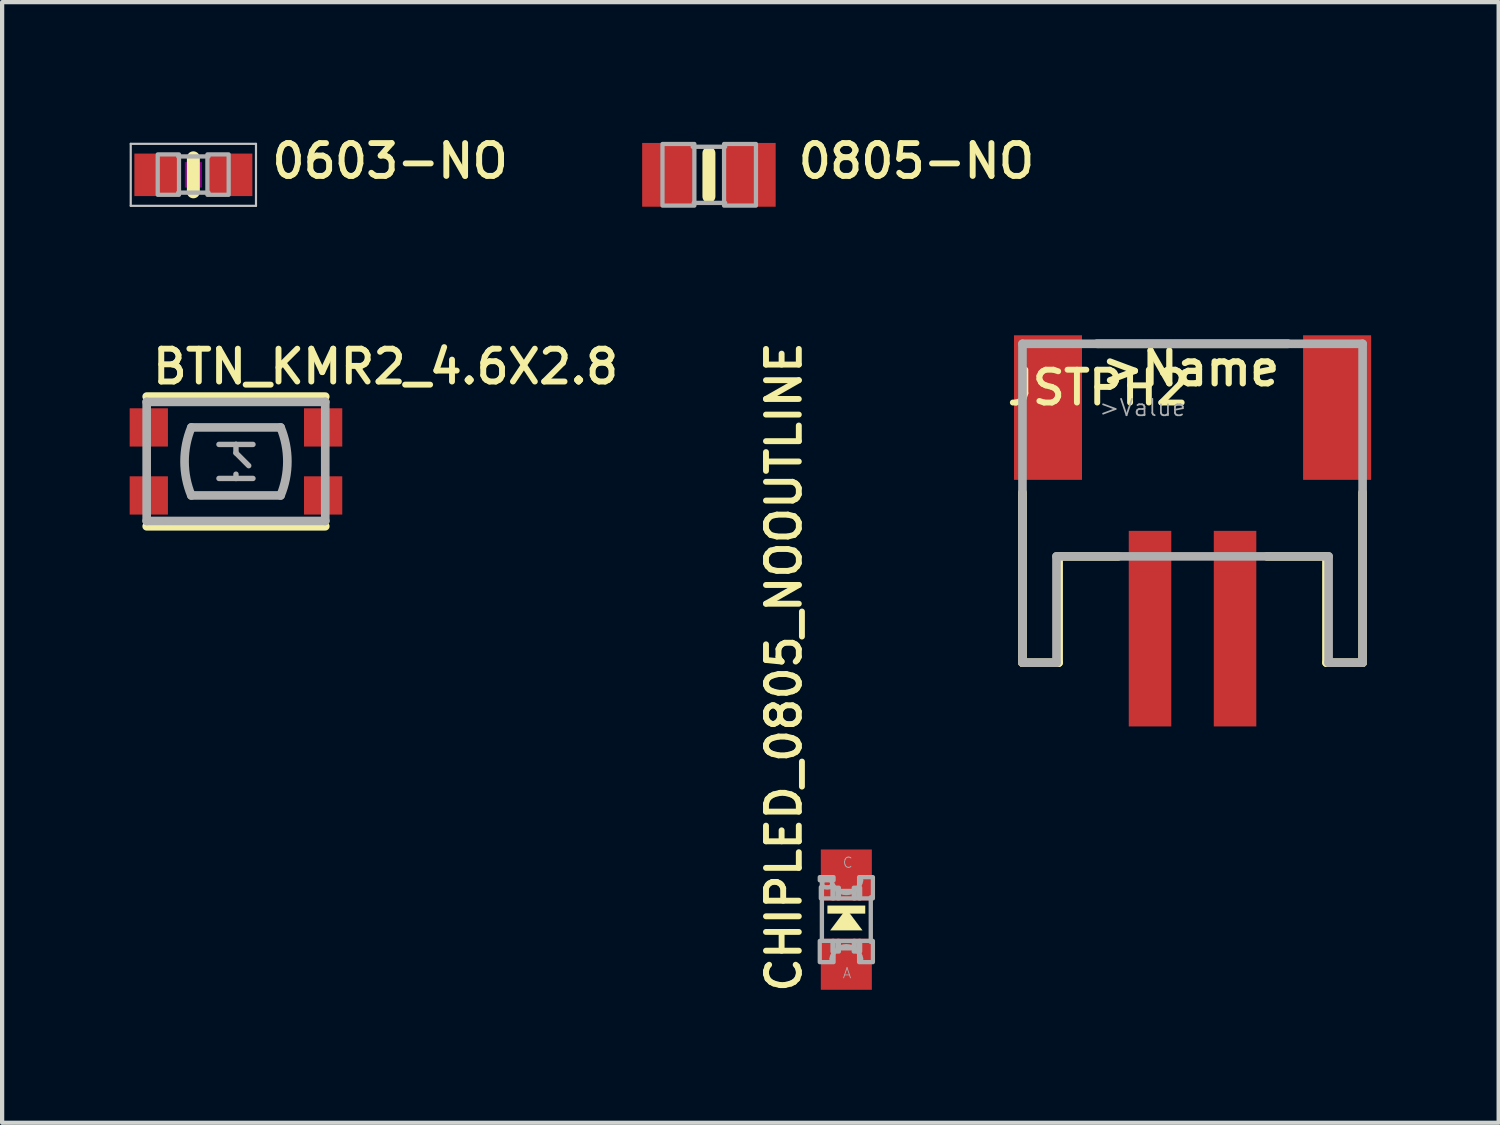
<source format=kicad_pcb>
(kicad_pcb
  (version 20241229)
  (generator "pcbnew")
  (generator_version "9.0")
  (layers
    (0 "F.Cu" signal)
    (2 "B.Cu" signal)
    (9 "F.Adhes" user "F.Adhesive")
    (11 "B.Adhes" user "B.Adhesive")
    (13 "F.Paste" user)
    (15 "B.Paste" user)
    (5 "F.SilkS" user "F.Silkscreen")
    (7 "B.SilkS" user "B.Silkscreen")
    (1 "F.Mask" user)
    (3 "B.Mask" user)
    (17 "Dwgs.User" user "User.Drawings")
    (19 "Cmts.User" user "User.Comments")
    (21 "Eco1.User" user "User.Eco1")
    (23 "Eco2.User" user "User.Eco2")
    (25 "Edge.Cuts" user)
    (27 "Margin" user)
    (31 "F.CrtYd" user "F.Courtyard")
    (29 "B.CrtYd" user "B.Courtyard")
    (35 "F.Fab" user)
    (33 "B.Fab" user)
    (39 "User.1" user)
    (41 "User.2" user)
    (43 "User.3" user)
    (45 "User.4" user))
  (footprint "CHIPLED_0805_NOOUTLINE"
    (layer "F.Cu")
    (at 16.856 18.58)
    (property "Reference" "CHIPLED_0805_NOOUTLINE" (at -1.016 1.778 270) (layer "F.SilkS") (effects (font (size 0.772 0.772) (thickness 0.139)) (justify left bottom)))
    (attr through_hole)
    (fp_poly (pts (xy 0 -0.254) (xy -0.381 0.254) (xy 0.381 0.254)) (stroke (width 0) (type solid)) (fill yes) (layer "F.SilkS"))
    (fp_poly (pts (xy -0.445 -0.141) (xy 0.445 -0.141) (xy 0.445 -0.331) (xy -0.445 -0.331)) (stroke (width 0) (type solid)) (fill yes) (layer "F.SilkS"))
    (fp_line (start -0.575 0.5) (end -0.575 -0.925) (stroke (width 0.102) (type solid)) (layer "F.Fab"))
    (fp_line (start 0.575 -0.525) (end 0.575 0.525) (stroke (width 0.102) (type solid)) (layer "F.Fab"))
    (fp_arc (start -0.35 0.925) (mid -0.000001 0.625027) (end 0.35 0.924998) (stroke (width 0.1016) (type solid)) (layer "F.Fab"))
    (fp_arc (start 0.35 -0.924998) (mid -0.000001 -0.625027) (end -0.35 -0.925) (stroke (width 0.1016) (type solid)) (layer "F.Fab"))
    (fp_circle (center -0.45 -0.85) (end -0.347 -0.85) (stroke (width 0.076) (type solid)) (fill no) (layer "F.Fab"))
    (fp_poly (pts (xy -0.625 -0.925) (xy -0.3 -0.925) (xy -0.3 -1) (xy -0.625 -1)) (stroke (width 0.1) (type solid)) (fill no) (layer "F.Fab"))
    (fp_poly (pts (xy -0.625 1) (xy -0.3 1) (xy -0.3 0.5) (xy -0.625 0.5)) (stroke (width 0.1) (type solid)) (fill no) (layer "F.Fab"))
    (fp_poly (pts (xy -0.6 -0.5) (xy -0.3 -0.5) (xy -0.3 -0.762) (xy -0.6 -0.762)) (stroke (width 0.1) (type solid)) (fill no) (layer "F.Fab"))
    (fp_poly (pts (xy -0.325 -0.5) (xy -0.175 -0.5) (xy -0.175 -0.75) (xy -0.325 -0.75)) (stroke (width 0.1) (type solid)) (fill no) (layer "F.Fab"))
    (fp_poly (pts (xy -0.325 0.75) (xy -0.175 0.75) (xy -0.175 0.5) (xy -0.325 0.5)) (stroke (width 0.1) (type solid)) (fill no) (layer "F.Fab"))
    (fp_poly (pts (xy -0.2 -0.5) (xy 0.2 -0.5) (xy 0.2 -0.675) (xy -0.2 -0.675)) (stroke (width 0.1) (type solid)) (fill no) (layer "F.Fab"))
    (fp_poly (pts (xy -0.2 0.675) (xy 0.2 0.675) (xy 0.2 0.5) (xy -0.2 0.5)) (stroke (width 0.1) (type solid)) (fill no) (layer "F.Fab"))
    (fp_poly (pts (xy 0.175 -0.5) (xy 0.325 -0.5) (xy 0.325 -0.75) (xy 0.175 -0.75)) (stroke (width 0.1) (type solid)) (fill no) (layer "F.Fab"))
    (fp_poly (pts (xy 0.175 0.75) (xy 0.325 0.75) (xy 0.325 0.5) (xy 0.175 0.5)) (stroke (width 0.1) (type solid)) (fill no) (layer "F.Fab"))
    (fp_poly (pts (xy 0.3 -0.5) (xy 0.625 -0.5) (xy 0.625 -1) (xy 0.3 -1)) (stroke (width 0.1) (type solid)) (fill no) (layer "F.Fab"))
    (fp_poly (pts (xy 0.3 1) (xy 0.625 1) (xy 0.625 0.5) (xy 0.3 0.5)) (stroke (width 0.1) (type solid)) (fill no) (layer "F.Fab"))
    (fp_text user "C" (at -0.1 -1.2 0) (layer "F.Fab") (effects (font (size 0.241 0.241) (thickness 0.02)) (justify left bottom)))
    (fp_text user "A" (at -0.1 1.4 0) (layer "F.Fab") (effects (font (size 0.241 0.241) (thickness 0.02)) (justify left bottom)))
    (pad "A" smd rect (at 0 1.05) (size 1.2 1.2) (layers "F.Cu" "F.Mask" "F.Paste"))
    (pad "C" smd rect (at 0 -1.05) (size 1.2 1.2) (layers "F.Cu" "F.Mask" "F.Paste")))
  (footprint "BTN_KMR2_4.6X2.8"
    (layer "F.Cu")
    (at 2.5 7.803)
    (property "Reference" "BTN_KMR2_4.6X2.8" (at -2.032 -1.778 180) (layer "F.SilkS") (effects (font (size 0.772 0.772) (thickness 0.139)) (justify left bottom)))
    (attr through_hole)
    (fp_line (start -2.1 -1.525) (end 2.1 -1.525) (stroke (width 0.203) (type solid)) (layer "F.SilkS"))
    (fp_line (start 2.1 1.525) (end -2.1 1.525) (stroke (width 0.203) (type solid)) (layer "F.SilkS"))
    (fp_line (start -2.1 -1.4) (end 2.1 -1.4) (stroke (width 0.203) (type solid)) (layer "F.Fab"))
    (fp_line (start -2.1 1.4) (end -2.1 -1.4) (stroke (width 0.203) (type solid)) (layer "F.Fab"))
    (fp_line (start -1.05 -0.8) (end 1.05 -0.8) (stroke (width 0.203) (type solid)) (layer "F.Fab"))
    (fp_line (start -0.4 -0.4) (end 0 -0.4) (stroke (width 0.127) (type solid)) (layer "F.Fab"))
    (fp_line (start -0.4 0.4) (end 0 0.4) (stroke (width 0.127) (type solid)) (layer "F.Fab"))
    (fp_line (start 0 -0.4) (end 0 -0.2) (stroke (width 0.127) (type solid)) (layer "F.Fab"))
    (fp_line (start 0 -0.4) (end 0.4 -0.4) (stroke (width 0.127) (type solid)) (layer "F.Fab"))
    (fp_line (start 0 -0.2) (end 0.3 0.1) (stroke (width 0.127) (type solid)) (layer "F.Fab"))
    (fp_line (start 0 0.4) (end 0 0.3) (stroke (width 0.127) (type solid)) (layer "F.Fab"))
    (fp_line (start 0 0.4) (end 0.4 0.4) (stroke (width 0.127) (type solid)) (layer "F.Fab"))
    (fp_line (start 1.05 0.8) (end -1.05 0.8) (stroke (width 0.203) (type solid)) (layer "F.Fab"))
    (fp_line (start 2.1 -1.4) (end 2.1 1.4) (stroke (width 0.203) (type solid)) (layer "F.Fab"))
    (fp_line (start 2.1 1.4) (end -2.1 1.4) (stroke (width 0.203) (type solid)) (layer "F.Fab"))
    (fp_arc (start -1.05 0.8) (mid -1.209128 0) (end -1.05 -0.799999) (stroke (width 0.2032) (type solid)) (layer "F.Fab"))
    (fp_arc (start 1.05 -0.8) (mid 1.209128 0) (end 1.05 0.799999) (stroke (width 0.2032) (type solid)) (layer "F.Fab"))
    (pad "A" smd rect (at 2.05 -0.8) (size 0.9 0.9) (layers "F.Cu" "F.Mask" "F.Paste"))
    (pad "A'" smd rect (at -2.05 -0.8) (size 0.9 0.9) (layers "F.Cu" "F.Mask" "F.Paste"))
    (pad "B" smd rect (at 2.05 0.8) (size 0.9 0.9) (layers "F.Cu" "F.Mask" "F.Paste"))
    (pad "B'" smd rect (at -2.05 0.8) (size 0.9 0.9) (layers "F.Cu" "F.Mask" "F.Paste")))
  (footprint "0603-NO"
    (layer "F.Cu")
    (at 1.498 1.062)
    (property "Reference" "0603-NO" (at 1.778 0.127 180) (layer "F.SilkS") (effects (font (size 0.772 0.772) (thickness 0.139)) (justify left bottom)))
    (attr through_hole)
    (fp_line (start 0 -0.4) (end 0 0.4) (stroke (width 0.305) (type solid)) (layer "F.SilkS"))
    (fp_poly (pts (xy -0.2 0.3) (xy 0.2 0.3) (xy 0.2 -0.3) (xy -0.2 -0.3)) (stroke (width 0) (type solid)) (fill yes) (layer "F.Adhes"))
    (fp_line (start -1.473 -0.729) (end 1.473 -0.729) (stroke (width 0.051) (type solid)) (layer "Dwgs.User"))
    (fp_line (start -1.473 0.729) (end -1.473 -0.729) (stroke (width 0.051) (type solid)) (layer "Dwgs.User"))
    (fp_line (start 1.473 -0.729) (end 1.473 0.729) (stroke (width 0.051) (type solid)) (layer "Dwgs.User"))
    (fp_line (start 1.473 0.729) (end -1.473 0.729) (stroke (width 0.051) (type solid)) (layer "Dwgs.User"))
    (fp_line (start -0.356 -0.432) (end 0.356 -0.432) (stroke (width 0.102) (type solid)) (layer "F.Fab"))
    (fp_line (start -0.356 0.419) (end 0.356 0.419) (stroke (width 0.102) (type solid)) (layer "F.Fab"))
    (fp_poly (pts (xy -0.838 0.47) (xy -0.338 0.47) (xy -0.338 -0.48) (xy -0.838 -0.48)) (stroke (width 0.1) (type solid)) (fill no) (layer "F.Fab"))
    (fp_poly (pts (xy 0.33 0.47) (xy 0.83 0.47) (xy 0.83 -0.48) (xy 0.33 -0.48)) (stroke (width 0.1) (type solid)) (fill no) (layer "F.Fab"))
    (pad "1" smd rect (at -0.85 0) (size 1.075 1) (layers "F.Cu" "F.Mask" "F.Paste"))
    (pad "2" smd rect (at 0.85 0) (size 1.075 1) (layers "F.Cu" "F.Mask" "F.Paste")))
  (footprint "0805-NO"
    (layer "F.Cu")
    (at 13.624 1.062)
    (property "Reference" "0805-NO" (at 2.032 0.127 180) (layer "F.SilkS") (effects (font (size 0.772 0.772) (thickness 0.139)) (justify left bottom)))
    (attr through_hole)
    (fp_line (start 0 -0.508) (end 0 0.508) (stroke (width 0.305) (type solid)) (layer "F.SilkS"))
    (fp_line (start -0.381 -0.66) (end 0.381 -0.66) (stroke (width 0.102) (type solid)) (layer "F.Fab"))
    (fp_line (start -0.356 0.66) (end 0.381 0.66) (stroke (width 0.102) (type solid)) (layer "F.Fab"))
    (fp_poly (pts (xy -1.092 0.724) (xy -0.342 0.724) (xy -0.342 -0.726) (xy -1.092 -0.726)) (stroke (width 0.1) (type solid)) (fill no) (layer "F.Fab"))
    (fp_poly (pts (xy 0.356 0.724) (xy 1.106 0.724) (xy 1.106 -0.726) (xy 0.356 -0.726)) (stroke (width 0.1) (type solid)) (fill no) (layer "F.Fab"))
    (pad "1" smd rect (at -0.95 0) (size 1.24 1.5) (layers "F.Cu" "F.Mask" "F.Paste"))
    (pad "2" smd rect (at 0.95 0) (size 1.24 1.5) (layers "F.Cu" "F.Mask" "F.Paste")))
  (footprint "JSTPH2"
    (layer "F.Cu")
    (at 24.999 8.036)
    (property "Reference" "JSTPH2" (at -2.223 -1.968 0) (layer "F.SilkS") (effects (font (size 0.772 0.772) (thickness 0.139))))
    (attr through_hole)
    (fp_line (start -4 4.5) (end -4 0.5) (stroke (width 0.203) (type solid)) (layer "F.SilkS"))
    (fp_line (start -3.15 2) (end -3.15 4.5) (stroke (width 0.203) (type solid)) (layer "F.SilkS"))
    (fp_line (start -3.15 4.5) (end -4 4.5) (stroke (width 0.203) (type solid)) (layer "F.SilkS"))
    (fp_line (start -2.25 -3) (end 2.25 -3) (stroke (width 0.203) (type solid)) (layer "F.SilkS"))
    (fp_line (start -1.75 2) (end -3.15 2) (stroke (width 0.203) (type solid)) (layer "F.SilkS"))
    (fp_line (start 3.15 2) (end 1.75 2) (stroke (width 0.203) (type solid)) (layer "F.SilkS"))
    (fp_line (start 3.15 4.5) (end 3.15 2) (stroke (width 0.203) (type solid)) (layer "F.SilkS"))
    (fp_line (start 4 0.5) (end 4 4.5) (stroke (width 0.203) (type solid)) (layer "F.SilkS"))
    (fp_line (start 4 4.5) (end 3.15 4.5) (stroke (width 0.203) (type solid)) (layer "F.SilkS"))
    (fp_line (start -4 -3) (end 4 -3) (stroke (width 0.203) (type solid)) (layer "F.Fab"))
    (fp_line (start -4 4.5) (end -4 -3) (stroke (width 0.203) (type solid)) (layer "F.Fab"))
    (fp_line (start -3.2 2) (end -3.2 4.5) (stroke (width 0.203) (type solid)) (layer "F.Fab"))
    (fp_line (start -3.2 4.5) (end -4 4.5) (stroke (width 0.203) (type solid)) (layer "F.Fab"))
    (fp_line (start 3.2 2) (end -3.2 2) (stroke (width 0.203) (type solid)) (layer "F.Fab"))
    (fp_line (start 3.2 4.5) (end 3.2 2) (stroke (width 0.203) (type solid)) (layer "F.Fab"))
    (fp_line (start 4 -3) (end 4 4.5) (stroke (width 0.203) (type solid)) (layer "F.Fab"))
    (fp_line (start 4 4.5) (end 3.2 4.5) (stroke (width 0.203) (type solid)) (layer "F.Fab"))
    (fp_text user ">Name" (at -2.223 -1.968 0) (layer "F.SilkS") (effects (font (size 0.772 0.772) (thickness 0.146)) (justify left bottom)))
    (fp_text user ">Value" (at -2.223 -1.27 0) (layer "F.Fab") (effects (font (size 0.386 0.386) (thickness 0.041)) (justify left bottom)))
    (pad "1" smd rect (at -1 3.7) (size 1 4.6) (layers "F.Cu" "F.Mask" "F.Paste"))
    (pad "2" smd rect (at 1 3.7) (size 1 4.6) (layers "F.Cu" "F.Mask" "F.Paste"))
    (pad "NC1" smd rect (at -3.4 -1.5 90) (size 3.4 1.6) (layers "F.Cu" "F.Mask" "F.Paste"))
    (pad "NC2" smd rect (at 3.4 -1.5 90) (size 3.4 1.6) (layers "F.Cu" "F.Mask" "F.Paste")))
  (gr_rect
    (start -3 -3)
    (end 32.199 23.358)
    (stroke (width 0.1) (type default))
    (fill no)
    (layer "Edge.Cuts")))
</source>
